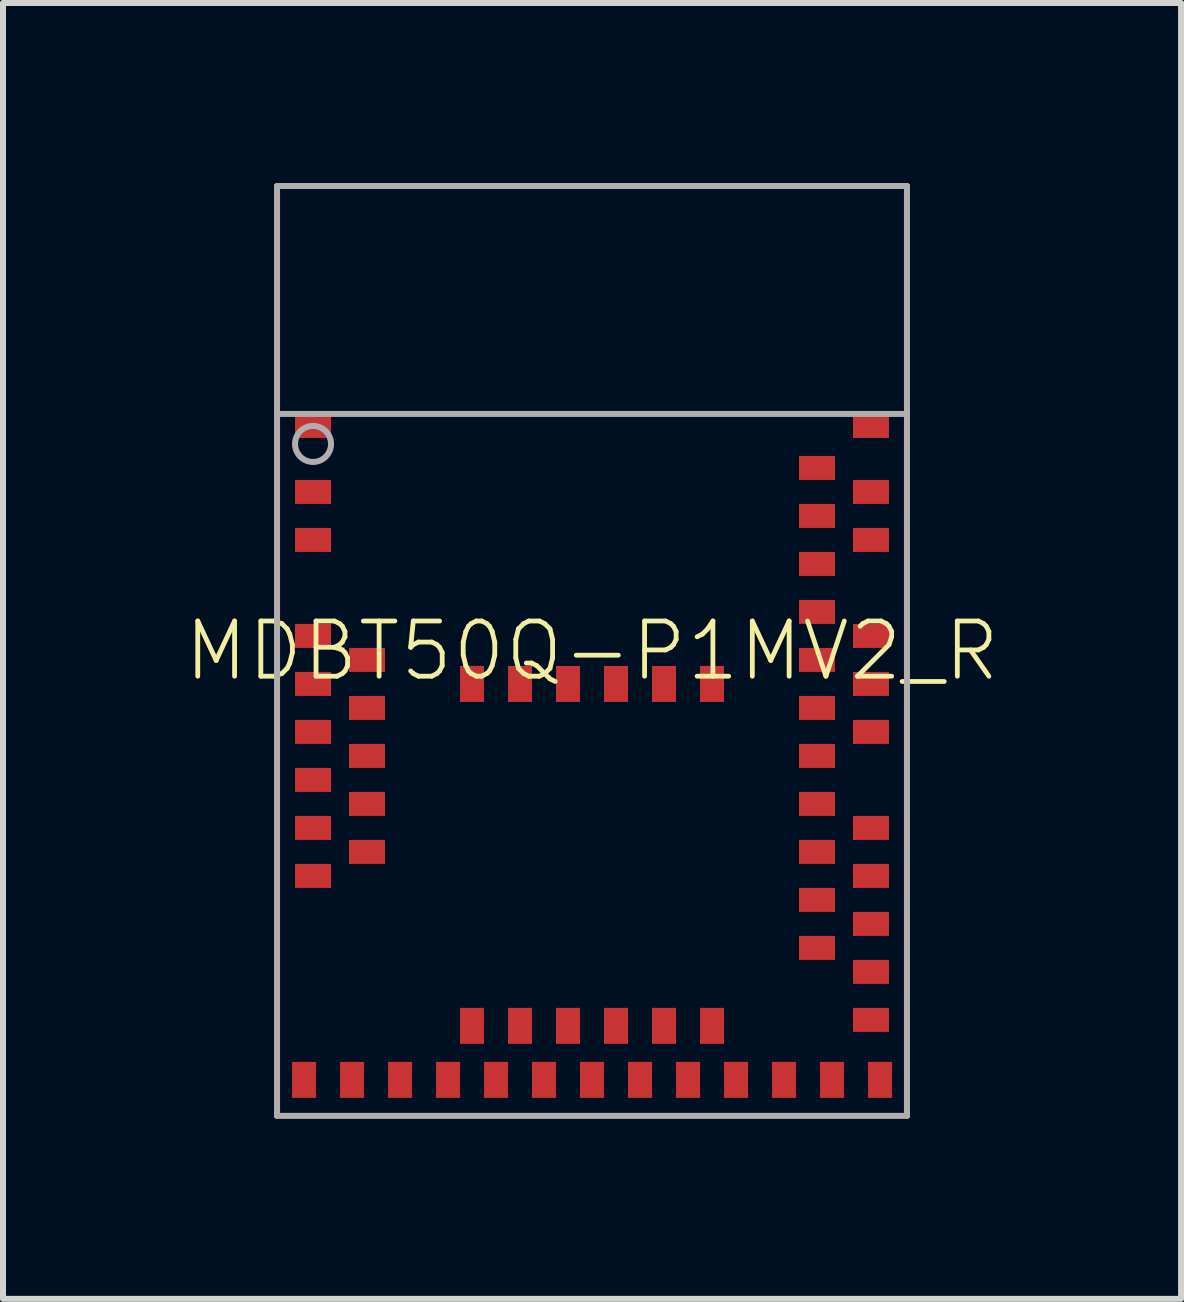
<source format=kicad_pcb>
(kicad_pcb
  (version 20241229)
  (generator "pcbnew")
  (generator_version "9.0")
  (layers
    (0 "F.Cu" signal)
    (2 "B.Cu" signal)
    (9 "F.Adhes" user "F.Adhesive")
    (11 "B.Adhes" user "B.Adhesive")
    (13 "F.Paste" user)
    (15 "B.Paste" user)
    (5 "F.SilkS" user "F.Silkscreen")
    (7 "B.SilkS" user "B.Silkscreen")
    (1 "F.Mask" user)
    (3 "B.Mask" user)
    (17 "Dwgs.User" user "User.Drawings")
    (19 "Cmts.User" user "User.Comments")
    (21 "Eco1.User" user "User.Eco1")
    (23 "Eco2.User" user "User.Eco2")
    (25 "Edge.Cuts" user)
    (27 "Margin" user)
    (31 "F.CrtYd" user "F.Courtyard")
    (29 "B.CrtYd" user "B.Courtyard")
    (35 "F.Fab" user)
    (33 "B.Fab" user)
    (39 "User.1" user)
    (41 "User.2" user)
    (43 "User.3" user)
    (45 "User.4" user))
  (footprint "MDBT50Q-P1MV2_R"
    (layer "F.Cu")
    (at 6.818 7.8)
    (property "Reference" "MDBT50Q-P1MV2_R" (at 0 0 0) (unlocked yes) (layer "F.SilkS") (effects (font (size 0.92 0.92) (thickness 0.08))))
    (fp_poly (pts (xy -4.6 7.45) (xy -5 7.45) (xy -5 6.85) (xy -4.6 6.85)) (stroke (width 0) (type default)) (fill yes) (layer "F.Paste"))
    (fp_poly (pts (xy -4.35 -3.55) (xy -4.95 -3.55) (xy -4.95 -3.95) (xy -4.35 -3.95)) (stroke (width 0) (type default)) (fill yes) (layer "F.Paste"))
    (fp_poly (pts (xy -4.35 -2.45) (xy -4.95 -2.45) (xy -4.95 -2.85) (xy -4.35 -2.85)) (stroke (width 0) (type default)) (fill yes) (layer "F.Paste"))
    (fp_poly (pts (xy -4.35 -1.65) (xy -4.95 -1.65) (xy -4.95 -2.05) (xy -4.35 -2.05)) (stroke (width 0) (type default)) (fill yes) (layer "F.Paste"))
    (fp_poly (pts (xy -4.35 -0.05) (xy -4.95 -0.05) (xy -4.95 -0.45) (xy -4.35 -0.45)) (stroke (width 0) (type default)) (fill yes) (layer "F.Paste"))
    (fp_poly (pts (xy -4.35 0.75) (xy -4.95 0.75) (xy -4.95 0.35) (xy -4.35 0.35)) (stroke (width 0) (type default)) (fill yes) (layer "F.Paste"))
    (fp_poly (pts (xy -4.35 1.55) (xy -4.95 1.55) (xy -4.95 1.15) (xy -4.35 1.15)) (stroke (width 0) (type default)) (fill yes) (layer "F.Paste"))
    (fp_poly (pts (xy -4.35 2.35) (xy -4.95 2.35) (xy -4.95 1.95) (xy -4.35 1.95)) (stroke (width 0) (type default)) (fill yes) (layer "F.Paste"))
    (fp_poly (pts (xy -4.35 3.15) (xy -4.95 3.15) (xy -4.95 2.75) (xy -4.35 2.75)) (stroke (width 0) (type default)) (fill yes) (layer "F.Paste"))
    (fp_poly (pts (xy -4.35 3.95) (xy -4.95 3.95) (xy -4.95 3.55) (xy -4.35 3.55)) (stroke (width 0) (type default)) (fill yes) (layer "F.Paste"))
    (fp_poly (pts (xy -3.8 7.45) (xy -4.2 7.45) (xy -4.2 6.85) (xy -3.8 6.85)) (stroke (width 0) (type default)) (fill yes) (layer "F.Paste"))
    (fp_poly (pts (xy -3.45 0.35) (xy -4.05 0.35) (xy -4.05 -0.05) (xy -3.45 -0.05)) (stroke (width 0) (type default)) (fill yes) (layer "F.Paste"))
    (fp_poly (pts (xy -3.45 1.15) (xy -4.05 1.15) (xy -4.05 0.75) (xy -3.45 0.75)) (stroke (width 0) (type default)) (fill yes) (layer "F.Paste"))
    (fp_poly (pts (xy -3.45 1.95) (xy -4.05 1.95) (xy -4.05 1.55) (xy -3.45 1.55)) (stroke (width 0) (type default)) (fill yes) (layer "F.Paste"))
    (fp_poly (pts (xy -3.45 2.75) (xy -4.05 2.75) (xy -4.05 2.35) (xy -3.45 2.35)) (stroke (width 0) (type default)) (fill yes) (layer "F.Paste"))
    (fp_poly (pts (xy -3.45 3.55) (xy -4.05 3.55) (xy -4.05 3.15) (xy -3.45 3.15)) (stroke (width 0) (type default)) (fill yes) (layer "F.Paste"))
    (fp_poly (pts (xy -3 7.45) (xy -3.4 7.45) (xy -3.4 6.85) (xy -3 6.85)) (stroke (width 0) (type default)) (fill yes) (layer "F.Paste"))
    (fp_poly (pts (xy -2.2 7.45) (xy -2.6 7.45) (xy -2.6 6.85) (xy -2.2 6.85)) (stroke (width 0) (type default)) (fill yes) (layer "F.Paste"))
    (fp_poly (pts (xy -1.8 0.85) (xy -2.2 0.85) (xy -2.2 0.25) (xy -1.8 0.25)) (stroke (width 0) (type default)) (fill yes) (layer "F.Paste"))
    (fp_poly (pts (xy -1.8 6.55) (xy -2.2 6.55) (xy -2.2 5.95) (xy -1.8 5.95)) (stroke (width 0) (type default)) (fill yes) (layer "F.Paste"))
    (fp_poly (pts (xy -1.4 7.45) (xy -1.8 7.45) (xy -1.8 6.85) (xy -1.4 6.85)) (stroke (width 0) (type default)) (fill yes) (layer "F.Paste"))
    (fp_poly (pts (xy -1 0.85) (xy -1.4 0.85) (xy -1.4 0.25) (xy -1 0.25)) (stroke (width 0) (type default)) (fill yes) (layer "F.Paste"))
    (fp_poly (pts (xy -1 6.55) (xy -1.4 6.55) (xy -1.4 5.95) (xy -1 5.95)) (stroke (width 0) (type default)) (fill yes) (layer "F.Paste"))
    (fp_poly (pts (xy -0.6 7.45) (xy -1 7.45) (xy -1 6.85) (xy -0.6 6.85)) (stroke (width 0) (type default)) (fill yes) (layer "F.Paste"))
    (fp_poly (pts (xy -0.2 0.85) (xy -0.6 0.85) (xy -0.6 0.25) (xy -0.2 0.25)) (stroke (width 0) (type default)) (fill yes) (layer "F.Paste"))
    (fp_poly (pts (xy -0.2 6.55) (xy -0.6 6.55) (xy -0.6 5.95) (xy -0.2 5.95)) (stroke (width 0) (type default)) (fill yes) (layer "F.Paste"))
    (fp_poly (pts (xy 0.2 7.45) (xy -0.2 7.45) (xy -0.2 6.85) (xy 0.2 6.85)) (stroke (width 0) (type default)) (fill yes) (layer "F.Paste"))
    (fp_poly (pts (xy 0.6 0.85) (xy 0.2 0.85) (xy 0.2 0.25) (xy 0.6 0.25)) (stroke (width 0) (type default)) (fill yes) (layer "F.Paste"))
    (fp_poly (pts (xy 0.6 6.55) (xy 0.2 6.55) (xy 0.2 5.95) (xy 0.6 5.95)) (stroke (width 0) (type default)) (fill yes) (layer "F.Paste"))
    (fp_poly (pts (xy 1 7.45) (xy 0.6 7.45) (xy 0.6 6.85) (xy 1 6.85)) (stroke (width 0) (type default)) (fill yes) (layer "F.Paste"))
    (fp_poly (pts (xy 1.4 0.85) (xy 1 0.85) (xy 1 0.25) (xy 1.4 0.25)) (stroke (width 0) (type default)) (fill yes) (layer "F.Paste"))
    (fp_poly (pts (xy 1.4 6.55) (xy 1 6.55) (xy 1 5.95) (xy 1.4 5.95)) (stroke (width 0) (type default)) (fill yes) (layer "F.Paste"))
    (fp_poly (pts (xy 1.8 7.45) (xy 1.4 7.45) (xy 1.4 6.85) (xy 1.8 6.85)) (stroke (width 0) (type default)) (fill yes) (layer "F.Paste"))
    (fp_poly (pts (xy 2.2 0.85) (xy 1.8 0.85) (xy 1.8 0.25) (xy 2.2 0.25)) (stroke (width 0) (type default)) (fill yes) (layer "F.Paste"))
    (fp_poly (pts (xy 2.2 6.55) (xy 1.8 6.55) (xy 1.8 5.95) (xy 2.2 5.95)) (stroke (width 0) (type default)) (fill yes) (layer "F.Paste"))
    (fp_poly (pts (xy 2.6 7.45) (xy 2.2 7.45) (xy 2.2 6.85) (xy 2.6 6.85)) (stroke (width 0) (type default)) (fill yes) (layer "F.Paste"))
    (fp_poly (pts (xy 3.4 7.45) (xy 3 7.45) (xy 3 6.85) (xy 3.4 6.85)) (stroke (width 0) (type default)) (fill yes) (layer "F.Paste"))
    (fp_poly (pts (xy 4.05 -2.85) (xy 3.45 -2.85) (xy 3.45 -3.25) (xy 4.05 -3.25)) (stroke (width 0) (type default)) (fill yes) (layer "F.Paste"))
    (fp_poly (pts (xy 4.05 -2.05) (xy 3.45 -2.05) (xy 3.45 -2.45) (xy 4.05 -2.45)) (stroke (width 0) (type default)) (fill yes) (layer "F.Paste"))
    (fp_poly (pts (xy 4.05 -1.25) (xy 3.45 -1.25) (xy 3.45 -1.65) (xy 4.05 -1.65)) (stroke (width 0) (type default)) (fill yes) (layer "F.Paste"))
    (fp_poly (pts (xy 4.05 -0.45) (xy 3.45 -0.45) (xy 3.45 -0.85) (xy 4.05 -0.85)) (stroke (width 0) (type default)) (fill yes) (layer "F.Paste"))
    (fp_poly (pts (xy 4.05 0.35) (xy 3.45 0.35) (xy 3.45 -0.05) (xy 4.05 -0.05)) (stroke (width 0) (type default)) (fill yes) (layer "F.Paste"))
    (fp_poly (pts (xy 4.05 1.15) (xy 3.45 1.15) (xy 3.45 0.75) (xy 4.05 0.75)) (stroke (width 0) (type default)) (fill yes) (layer "F.Paste"))
    (fp_poly (pts (xy 4.05 1.95) (xy 3.45 1.95) (xy 3.45 1.55) (xy 4.05 1.55)) (stroke (width 0) (type default)) (fill yes) (layer "F.Paste"))
    (fp_poly (pts (xy 4.05 2.75) (xy 3.45 2.75) (xy 3.45 2.35) (xy 4.05 2.35)) (stroke (width 0) (type default)) (fill yes) (layer "F.Paste"))
    (fp_poly (pts (xy 4.05 3.55) (xy 3.45 3.55) (xy 3.45 3.15) (xy 4.05 3.15)) (stroke (width 0) (type default)) (fill yes) (layer "F.Paste"))
    (fp_poly (pts (xy 4.05 4.35) (xy 3.45 4.35) (xy 3.45 3.95) (xy 4.05 3.95)) (stroke (width 0) (type default)) (fill yes) (layer "F.Paste"))
    (fp_poly (pts (xy 4.05 5.15) (xy 3.45 5.15) (xy 3.45 4.75) (xy 4.05 4.75)) (stroke (width 0) (type default)) (fill yes) (layer "F.Paste"))
    (fp_poly (pts (xy 4.2 7.45) (xy 3.8 7.45) (xy 3.8 6.85) (xy 4.2 6.85)) (stroke (width 0) (type default)) (fill yes) (layer "F.Paste"))
    (fp_poly (pts (xy 4.95 -3.55) (xy 4.35 -3.55) (xy 4.35 -3.95) (xy 4.95 -3.95)) (stroke (width 0) (type default)) (fill yes) (layer "F.Paste"))
    (fp_poly (pts (xy 4.95 -2.45) (xy 4.35 -2.45) (xy 4.35 -2.85) (xy 4.95 -2.85)) (stroke (width 0) (type default)) (fill yes) (layer "F.Paste"))
    (fp_poly (pts (xy 4.95 -1.65) (xy 4.35 -1.65) (xy 4.35 -2.05) (xy 4.95 -2.05)) (stroke (width 0) (type default)) (fill yes) (layer "F.Paste"))
    (fp_poly (pts (xy 4.95 -0.05) (xy 4.35 -0.05) (xy 4.35 -0.45) (xy 4.95 -0.45)) (stroke (width 0) (type default)) (fill yes) (layer "F.Paste"))
    (fp_poly (pts (xy 4.95 0.75) (xy 4.35 0.75) (xy 4.35 0.35) (xy 4.95 0.35)) (stroke (width 0) (type default)) (fill yes) (layer "F.Paste"))
    (fp_poly (pts (xy 4.95 1.55) (xy 4.35 1.55) (xy 4.35 1.15) (xy 4.95 1.15)) (stroke (width 0) (type default)) (fill yes) (layer "F.Paste"))
    (fp_poly (pts (xy 4.95 3.15) (xy 4.35 3.15) (xy 4.35 2.75) (xy 4.95 2.75)) (stroke (width 0) (type default)) (fill yes) (layer "F.Paste"))
    (fp_poly (pts (xy 4.95 3.95) (xy 4.35 3.95) (xy 4.35 3.55) (xy 4.95 3.55)) (stroke (width 0) (type default)) (fill yes) (layer "F.Paste"))
    (fp_poly (pts (xy 4.95 4.75) (xy 4.35 4.75) (xy 4.35 4.35) (xy 4.95 4.35)) (stroke (width 0) (type default)) (fill yes) (layer "F.Paste"))
    (fp_poly (pts (xy 4.95 5.55) (xy 4.35 5.55) (xy 4.35 5.15) (xy 4.95 5.15)) (stroke (width 0) (type default)) (fill yes) (layer "F.Paste"))
    (fp_poly (pts (xy 4.95 6.35) (xy 4.35 6.35) (xy 4.35 5.95) (xy 4.95 5.95)) (stroke (width 0) (type default)) (fill yes) (layer "F.Paste"))
    (fp_poly (pts (xy 5 7.45) (xy 4.6 7.45) (xy 4.6 6.85) (xy 5 6.85)) (stroke (width 0) (type default)) (fill yes) (layer "F.Paste"))
    (fp_line (start -5.25 -7.75) (end 5.25 -7.75) (stroke (width 0.1) (type solid)) (layer "F.Fab"))
    (fp_line (start -5.25 -3.95) (end -5.25 -7.75) (stroke (width 0.1) (type solid)) (layer "F.Fab"))
    (fp_line (start -5.25 -3.95) (end 5.25 -3.95) (stroke (width 0.1) (type solid)) (layer "F.Fab"))
    (fp_line (start -5.25 7.75) (end -5.25 -3.95) (stroke (width 0.1) (type solid)) (layer "F.Fab"))
    (fp_line (start 5.25 -7.75) (end 5.25 -3.95) (stroke (width 0.1) (type solid)) (layer "F.Fab"))
    (fp_line (start 5.25 -3.95) (end 5.25 7.75) (stroke (width 0.1) (type solid)) (layer "F.Fab"))
    (fp_line (start 5.25 7.75) (end -5.25 7.75) (stroke (width 0.1) (type solid)) (layer "F.Fab"))
    (fp_circle (center -4.65 -3.45) (end -4.35 -3.45) (stroke (width 0.1) (type solid)) (fill no) (layer "F.Fab"))
    (pad "1" smd rect (at -4.65 -3.75) (size 0.6 0.4) (layers "F.Cu" "F.Mask"))
    (pad "2" smd rect (at -4.65 -2.65 180) (size 0.6 0.4) (layers "F.Cu" "F.Mask"))
    (pad "3" smd rect (at -4.65 -1.85) (size 0.6 0.4) (layers "F.Cu" "F.Mask"))
    (pad "4" smd rect (at -4.65 -0.25) (size 0.6 0.4) (layers "F.Cu" "F.Mask"))
    (pad "5" smd rect (at -3.75 0.15) (size 0.6 0.4) (layers "F.Cu" "F.Mask"))
    (pad "6" smd rect (at -4.65 0.55 180) (size 0.6 0.4) (layers "F.Cu" "F.Mask"))
    (pad "7" smd rect (at -3.75 0.95) (size 0.6 0.4) (layers "F.Cu" "F.Mask"))
    (pad "8" smd rect (at -4.65 1.35) (size 0.6 0.4) (layers "F.Cu" "F.Mask"))
    (pad "9" smd rect (at -3.75 1.75) (size 0.6 0.4) (layers "F.Cu" "F.Mask"))
    (pad "10" smd rect (at -4.65 2.15) (size 0.6 0.4) (layers "F.Cu" "F.Mask"))
    (pad "11" smd rect (at -3.75 2.55) (size 0.6 0.4) (layers "F.Cu" "F.Mask"))
    (pad "12" smd rect (at -4.65 2.95) (size 0.6 0.4) (layers "F.Cu" "F.Mask"))
    (pad "13" smd rect (at -3.75 3.35) (size 0.6 0.4) (layers "F.Cu" "F.Mask"))
    (pad "14" smd rect (at -4.65 3.75) (size 0.6 0.4) (layers "F.Cu" "F.Mask"))
    (pad "15" smd rect (at -4.8 7.15 270) (size 0.6 0.4) (layers "F.Cu" "F.Mask"))
    (pad "16" smd rect (at -4 7.15 270) (size 0.6 0.4) (layers "F.Cu" "F.Mask"))
    (pad "17" smd rect (at -3.2 7.15 270) (size 0.6 0.4) (layers "F.Cu" "F.Mask"))
    (pad "18" smd rect (at -2.4 7.15 90) (size 0.6 0.4) (layers "F.Cu" "F.Mask"))
    (pad "19" smd rect (at -2 6.25 270) (size 0.6 0.4) (layers "F.Cu" "F.Mask"))
    (pad "20" smd rect (at -1.6 7.15 90) (size 0.6 0.4) (layers "F.Cu" "F.Mask"))
    (pad "21" smd rect (at -1.2 6.25 270) (size 0.6 0.4) (layers "F.Cu" "F.Mask"))
    (pad "22" smd rect (at -0.8 7.15 90) (size 0.6 0.4) (layers "F.Cu" "F.Mask"))
    (pad "23" smd rect (at -0.4 6.25 270) (size 0.6 0.4) (layers "F.Cu" "F.Mask"))
    (pad "24" smd rect (at 0 7.15 90) (size 0.6 0.4) (layers "F.Cu" "F.Mask"))
    (pad "25" smd rect (at 0.4 6.25 270) (size 0.6 0.4) (layers "F.Cu" "F.Mask"))
    (pad "26" smd rect (at 0.8 7.15 90) (size 0.6 0.4) (layers "F.Cu" "F.Mask"))
    (pad "27" smd rect (at 1.2 6.25 270) (size 0.6 0.4) (layers "F.Cu" "F.Mask"))
    (pad "28" smd rect (at 1.6 7.15 90) (size 0.6 0.4) (layers "F.Cu" "F.Mask"))
    (pad "29" smd rect (at 2 6.25 270) (size 0.6 0.4) (layers "F.Cu" "F.Mask"))
    (pad "30" smd rect (at 2.4 7.15 90) (size 0.6 0.4) (layers "F.Cu" "F.Mask"))
    (pad "31" smd rect (at 3.2 7.15 270) (size 0.6 0.4) (layers "F.Cu" "F.Mask"))
    (pad "32" smd rect (at 4 7.15 270) (size 0.6 0.4) (layers "F.Cu" "F.Mask"))
    (pad "33" smd rect (at 4.8 7.15 270) (size 0.6 0.4) (layers "F.Cu" "F.Mask"))
    (pad "34" smd rect (at 4.65 6.15 180) (size 0.6 0.4) (layers "F.Cu" "F.Mask"))
    (pad "35" smd rect (at 4.65 5.35 180) (size 0.6 0.4) (layers "F.Cu" "F.Mask"))
    (pad "36" smd rect (at 3.75 4.95 180) (size 0.6 0.4) (layers "F.Cu" "F.Mask"))
    (pad "37" smd rect (at 4.65 4.55 180) (size 0.6 0.4) (layers "F.Cu" "F.Mask"))
    (pad "38" smd rect (at 3.75 4.15 180) (size 0.6 0.4) (layers "F.Cu" "F.Mask"))
    (pad "39" smd rect (at 4.65 3.75 180) (size 0.6 0.4) (layers "F.Cu" "F.Mask"))
    (pad "40" smd rect (at 3.75 3.35 180) (size 0.6 0.4) (layers "F.Cu" "F.Mask"))
    (pad "41" smd rect (at 4.65 2.95 180) (size 0.6 0.4) (layers "F.Cu" "F.Mask"))
    (pad "42" smd rect (at 3.75 2.55 180) (size 0.6 0.4) (layers "F.Cu" "F.Mask"))
    (pad "43" smd rect (at 3.75 1.75 180) (size 0.6 0.4) (layers "F.Cu" "F.Mask"))
    (pad "44" smd rect (at 4.65 1.35 180) (size 0.6 0.4) (layers "F.Cu" "F.Mask"))
    (pad "45" smd rect (at 3.75 0.95 180) (size 0.6 0.4) (layers "F.Cu" "F.Mask"))
    (pad "46" smd rect (at 4.65 0.55 180) (size 0.6 0.4) (layers "F.Cu" "F.Mask"))
    (pad "47" smd rect (at 3.75 0.15 180) (size 0.6 0.4) (layers "F.Cu" "F.Mask"))
    (pad "48" smd rect (at 4.65 -0.25 180) (size 0.6 0.4) (layers "F.Cu" "F.Mask"))
    (pad "49" smd rect (at 3.75 -0.65 180) (size 0.6 0.4) (layers "F.Cu" "F.Mask"))
    (pad "50" smd rect (at 3.75 -1.45 180) (size 0.6 0.4) (layers "F.Cu" "F.Mask"))
    (pad "51" smd rect (at 4.65 -1.85 180) (size 0.6 0.4) (layers "F.Cu" "F.Mask"))
    (pad "52" smd rect (at 3.75 -2.25 180) (size 0.6 0.4) (layers "F.Cu" "F.Mask"))
    (pad "53" smd rect (at 4.65 -2.65 180) (size 0.6 0.4) (layers "F.Cu" "F.Mask"))
    (pad "54" smd rect (at 3.75 -3.05 180) (size 0.6 0.4) (layers "F.Cu" "F.Mask"))
    (pad "55" smd rect (at 4.65 -3.75 180) (size 0.6 0.4) (layers "F.Cu" "F.Mask"))
    (pad "56" smd rect (at -2 0.55 270) (size 0.6 0.4) (layers "F.Cu" "F.Mask"))
    (pad "57" smd rect (at -1.2 0.55 270) (size 0.6 0.4) (layers "F.Cu" "F.Mask"))
    (pad "58" smd rect (at -0.4 0.55 270) (size 0.6 0.4) (layers "F.Cu" "F.Mask"))
    (pad "59" smd rect (at 0.4 0.55 270) (size 0.6 0.4) (layers "F.Cu" "F.Mask"))
    (pad "60" smd rect (at 1.2 0.55 270) (size 0.6 0.4) (layers "F.Cu" "F.Mask"))
    (pad "61" smd rect (at 2 0.55 270) (size 0.6 0.4) (layers "F.Cu" "F.Mask")))
  (gr_rect
    (start -3 -3)
    (end 16.637 18.6)
    (stroke (width 0.1) (type default))
    (fill no)
    (layer "Edge.Cuts")))
</source>
